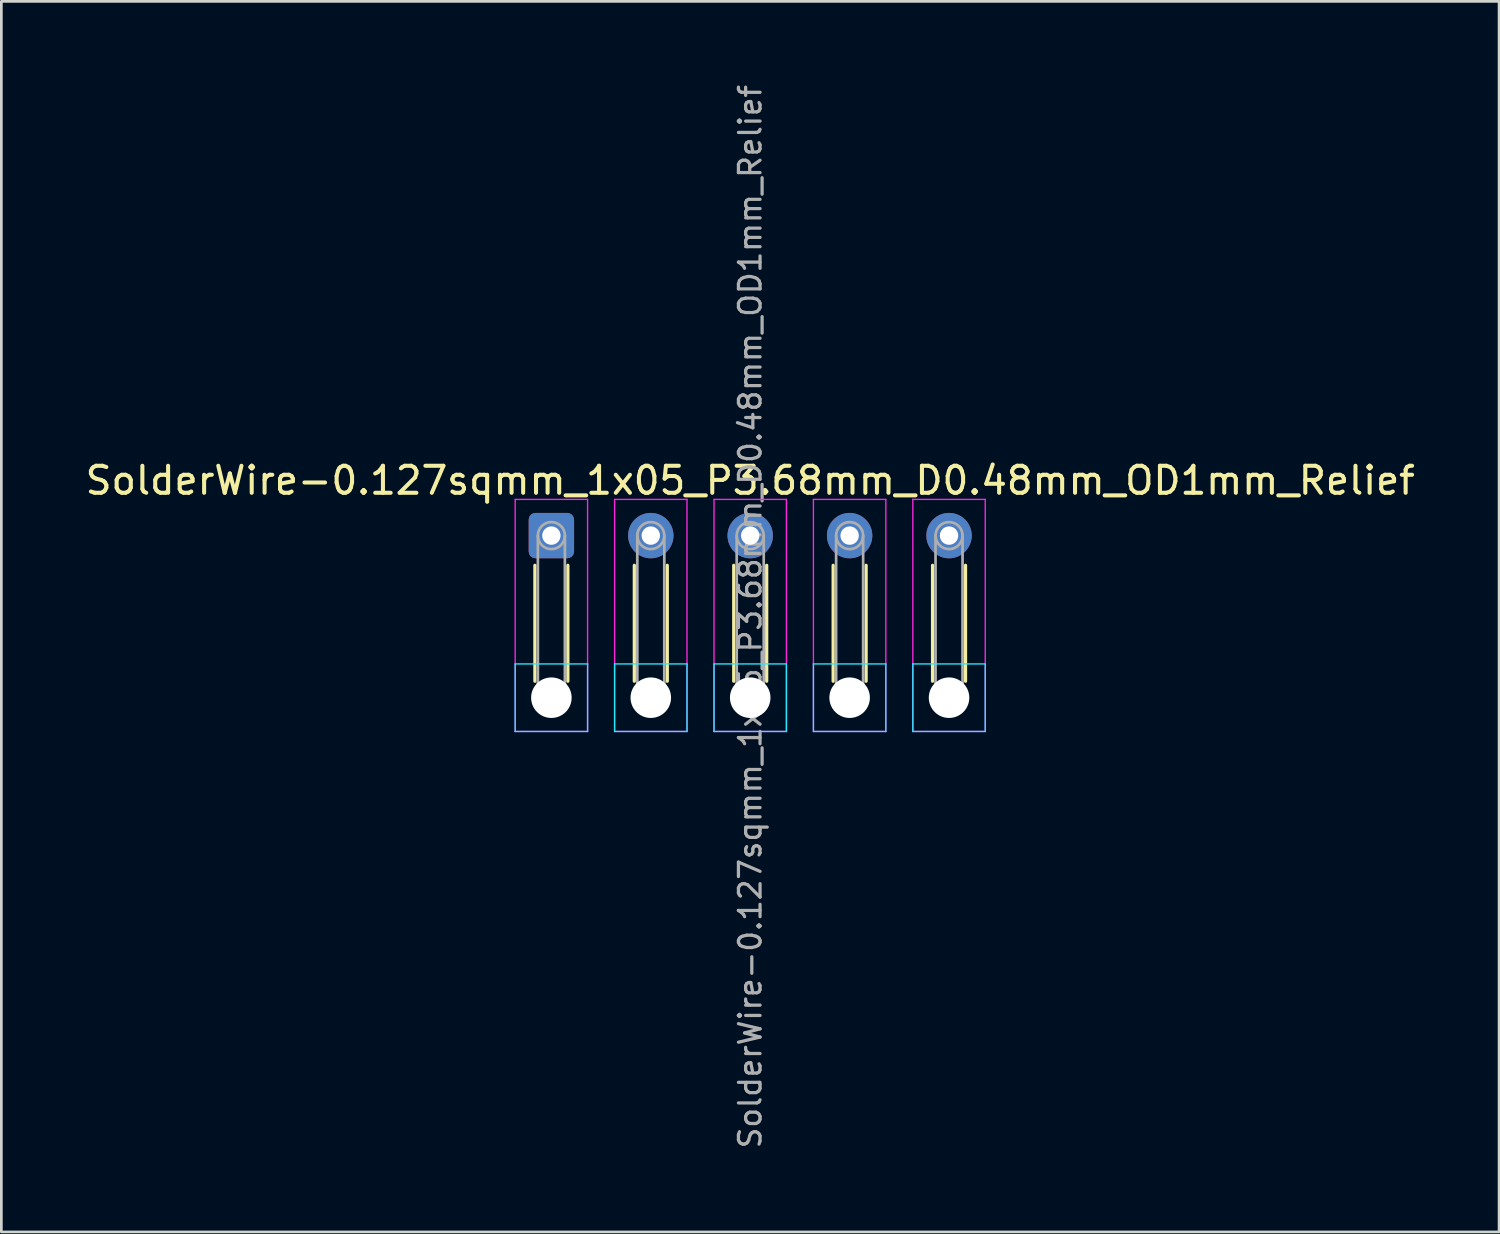
<source format=kicad_pcb>
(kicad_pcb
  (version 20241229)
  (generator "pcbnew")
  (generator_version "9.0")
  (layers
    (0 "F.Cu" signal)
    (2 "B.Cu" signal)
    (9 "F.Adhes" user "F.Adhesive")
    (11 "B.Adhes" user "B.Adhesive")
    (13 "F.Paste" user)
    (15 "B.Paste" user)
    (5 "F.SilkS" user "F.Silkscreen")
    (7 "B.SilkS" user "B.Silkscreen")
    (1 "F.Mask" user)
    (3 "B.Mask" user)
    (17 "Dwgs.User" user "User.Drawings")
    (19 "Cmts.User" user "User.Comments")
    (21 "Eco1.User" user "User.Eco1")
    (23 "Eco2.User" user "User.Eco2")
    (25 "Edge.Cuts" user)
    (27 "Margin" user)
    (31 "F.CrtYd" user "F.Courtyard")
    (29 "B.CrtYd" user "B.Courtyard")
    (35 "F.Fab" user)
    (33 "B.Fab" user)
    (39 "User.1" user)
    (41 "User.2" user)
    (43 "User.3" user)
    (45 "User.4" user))
  (footprint "SolderWire-0.127sqmm_1x05_P3.68mm_D0.48mm_OD1mm_Relief"
    (layer "F.Cu")
    (at 17.36 16.776)
    (property "Reference" "SolderWire-0.127sqmm_1x05_P3.68mm_D0.48mm_OD1mm_Relief" (at 7.36 -2.04 0) (layer "F.SilkS") (effects (font (size 1 1) (thickness 0.15))))
    (attr exclude_from_pos_files exclude_from_bom)
    (fp_line (start -0.61 1.1) (end -0.61 5.39) (stroke (width 0.12) (type solid)) (layer "F.SilkS"))
    (fp_line (start 0.61 1.1) (end 0.61 5.39) (stroke (width 0.12) (type solid)) (layer "F.SilkS"))
    (fp_line (start 3.07 1.1) (end 3.07 5.39) (stroke (width 0.12) (type solid)) (layer "F.SilkS"))
    (fp_line (start 4.29 1.1) (end 4.29 5.39) (stroke (width 0.12) (type solid)) (layer "F.SilkS"))
    (fp_line (start 6.75 1.1) (end 6.75 5.39) (stroke (width 0.12) (type solid)) (layer "F.SilkS"))
    (fp_line (start 7.97 1.1) (end 7.97 5.39) (stroke (width 0.12) (type solid)) (layer "F.SilkS"))
    (fp_line (start 10.43 1.1) (end 10.43 5.39) (stroke (width 0.12) (type solid)) (layer "F.SilkS"))
    (fp_line (start 11.65 1.1) (end 11.65 5.39) (stroke (width 0.12) (type solid)) (layer "F.SilkS"))
    (fp_line (start 14.11 1.1) (end 14.11 5.39) (stroke (width 0.12) (type solid)) (layer "F.SilkS"))
    (fp_line (start 15.33 1.1) (end 15.33 5.39) (stroke (width 0.12) (type solid)) (layer "F.SilkS"))
    (fp_line (start -1.34 4.75) (end -1.34 7.25) (stroke (width 0.05) (type solid)) (layer "B.CrtYd"))
    (fp_line (start -1.34 7.25) (end 1.34 7.25) (stroke (width 0.05) (type solid)) (layer "B.CrtYd"))
    (fp_line (start 1.34 4.75) (end -1.34 4.75) (stroke (width 0.05) (type solid)) (layer "B.CrtYd"))
    (fp_line (start 1.34 7.25) (end 1.34 4.75) (stroke (width 0.05) (type solid)) (layer "B.CrtYd"))
    (fp_line (start 2.34 4.75) (end 2.34 7.25) (stroke (width 0.05) (type solid)) (layer "B.CrtYd"))
    (fp_line (start 2.34 7.25) (end 5.02 7.25) (stroke (width 0.05) (type solid)) (layer "B.CrtYd"))
    (fp_line (start 5.02 4.75) (end 2.34 4.75) (stroke (width 0.05) (type solid)) (layer "B.CrtYd"))
    (fp_line (start 5.02 7.25) (end 5.02 4.75) (stroke (width 0.05) (type solid)) (layer "B.CrtYd"))
    (fp_line (start 6.02 4.75) (end 6.02 7.25) (stroke (width 0.05) (type solid)) (layer "B.CrtYd"))
    (fp_line (start 6.02 7.25) (end 8.7 7.25) (stroke (width 0.05) (type solid)) (layer "B.CrtYd"))
    (fp_line (start 8.7 4.75) (end 6.02 4.75) (stroke (width 0.05) (type solid)) (layer "B.CrtYd"))
    (fp_line (start 8.7 7.25) (end 8.7 4.75) (stroke (width 0.05) (type solid)) (layer "B.CrtYd"))
    (fp_line (start 9.7 4.75) (end 9.7 7.25) (stroke (width 0.05) (type solid)) (layer "B.CrtYd"))
    (fp_line (start 9.7 7.25) (end 12.38 7.25) (stroke (width 0.05) (type solid)) (layer "B.CrtYd"))
    (fp_line (start 12.38 4.75) (end 9.7 4.75) (stroke (width 0.05) (type solid)) (layer "B.CrtYd"))
    (fp_line (start 12.38 7.25) (end 12.38 4.75) (stroke (width 0.05) (type solid)) (layer "B.CrtYd"))
    (fp_line (start 13.38 4.75) (end 13.38 7.25) (stroke (width 0.05) (type solid)) (layer "B.CrtYd"))
    (fp_line (start 13.38 7.25) (end 16.06 7.25) (stroke (width 0.05) (type solid)) (layer "B.CrtYd"))
    (fp_line (start 16.06 4.75) (end 13.38 4.75) (stroke (width 0.05) (type solid)) (layer "B.CrtYd"))
    (fp_line (start 16.06 7.25) (end 16.06 4.75) (stroke (width 0.05) (type solid)) (layer "B.CrtYd"))
    (fp_line (start -1.34 -1.34) (end -1.34 7.25) (stroke (width 0.05) (type solid)) (layer "F.CrtYd"))
    (fp_line (start -1.34 7.25) (end 1.34 7.25) (stroke (width 0.05) (type solid)) (layer "F.CrtYd"))
    (fp_line (start 1.34 -1.34) (end -1.34 -1.34) (stroke (width 0.05) (type solid)) (layer "F.CrtYd"))
    (fp_line (start 1.34 7.25) (end 1.34 -1.34) (stroke (width 0.05) (type solid)) (layer "F.CrtYd"))
    (fp_line (start 2.34 -1.34) (end 2.34 7.25) (stroke (width 0.05) (type solid)) (layer "F.CrtYd"))
    (fp_line (start 2.34 7.25) (end 5.02 7.25) (stroke (width 0.05) (type solid)) (layer "F.CrtYd"))
    (fp_line (start 5.02 -1.34) (end 2.34 -1.34) (stroke (width 0.05) (type solid)) (layer "F.CrtYd"))
    (fp_line (start 5.02 7.25) (end 5.02 -1.34) (stroke (width 0.05) (type solid)) (layer "F.CrtYd"))
    (fp_line (start 6.02 -1.34) (end 6.02 7.25) (stroke (width 0.05) (type solid)) (layer "F.CrtYd"))
    (fp_line (start 6.02 7.25) (end 8.7 7.25) (stroke (width 0.05) (type solid)) (layer "F.CrtYd"))
    (fp_line (start 8.7 -1.34) (end 6.02 -1.34) (stroke (width 0.05) (type solid)) (layer "F.CrtYd"))
    (fp_line (start 8.7 7.25) (end 8.7 -1.34) (stroke (width 0.05) (type solid)) (layer "F.CrtYd"))
    (fp_line (start 9.7 -1.34) (end 9.7 7.25) (stroke (width 0.05) (type solid)) (layer "F.CrtYd"))
    (fp_line (start 9.7 7.25) (end 12.38 7.25) (stroke (width 0.05) (type solid)) (layer "F.CrtYd"))
    (fp_line (start 12.38 -1.34) (end 9.7 -1.34) (stroke (width 0.05) (type solid)) (layer "F.CrtYd"))
    (fp_line (start 12.38 7.25) (end 12.38 -1.34) (stroke (width 0.05) (type solid)) (layer "F.CrtYd"))
    (fp_line (start 13.38 -1.34) (end 13.38 7.25) (stroke (width 0.05) (type solid)) (layer "F.CrtYd"))
    (fp_line (start 13.38 7.25) (end 16.06 7.25) (stroke (width 0.05) (type solid)) (layer "F.CrtYd"))
    (fp_line (start 16.06 -1.34) (end 13.38 -1.34) (stroke (width 0.05) (type solid)) (layer "F.CrtYd"))
    (fp_line (start 16.06 7.25) (end 16.06 -1.34) (stroke (width 0.05) (type solid)) (layer "F.CrtYd"))
    (fp_line (start -0.5 0) (end -0.5 6) (stroke (width 0.1) (type solid)) (layer "F.Fab"))
    (fp_line (start 0.5 0) (end 0.5 6) (stroke (width 0.1) (type solid)) (layer "F.Fab"))
    (fp_line (start 3.18 0) (end 3.18 6) (stroke (width 0.1) (type solid)) (layer "F.Fab"))
    (fp_line (start 4.18 0) (end 4.18 6) (stroke (width 0.1) (type solid)) (layer "F.Fab"))
    (fp_line (start 6.86 0) (end 6.86 6) (stroke (width 0.1) (type solid)) (layer "F.Fab"))
    (fp_line (start 7.86 0) (end 7.86 6) (stroke (width 0.1) (type solid)) (layer "F.Fab"))
    (fp_line (start 10.54 0) (end 10.54 6) (stroke (width 0.1) (type solid)) (layer "F.Fab"))
    (fp_line (start 11.54 0) (end 11.54 6) (stroke (width 0.1) (type solid)) (layer "F.Fab"))
    (fp_line (start 14.22 0) (end 14.22 6) (stroke (width 0.1) (type solid)) (layer "F.Fab"))
    (fp_line (start 15.22 0) (end 15.22 6) (stroke (width 0.1) (type solid)) (layer "F.Fab"))
    (fp_circle (center 0 0) (end 0.5 0) (stroke (width 0.1) (type solid)) (fill no) (layer "F.Fab"))
    (fp_circle (center 0 6) (end 0.5 6) (stroke (width 0.1) (type solid)) (fill no) (layer "F.Fab"))
    (fp_circle (center 3.68 0) (end 4.18 0) (stroke (width 0.1) (type solid)) (fill no) (layer "F.Fab"))
    (fp_circle (center 3.68 6) (end 4.18 6) (stroke (width 0.1) (type solid)) (fill no) (layer "F.Fab"))
    (fp_circle (center 7.36 0) (end 7.86 0) (stroke (width 0.1) (type solid)) (fill no) (layer "F.Fab"))
    (fp_circle (center 7.36 6) (end 7.86 6) (stroke (width 0.1) (type solid)) (fill no) (layer "F.Fab"))
    (fp_circle (center 11.04 0) (end 11.54 0) (stroke (width 0.1) (type solid)) (fill no) (layer "F.Fab"))
    (fp_circle (center 11.04 6) (end 11.54 6) (stroke (width 0.1) (type solid)) (fill no) (layer "F.Fab"))
    (fp_circle (center 14.72 0) (end 15.22 0) (stroke (width 0.1) (type solid)) (fill no) (layer "F.Fab"))
    (fp_circle (center 14.72 6) (end 15.22 6) (stroke (width 0.1) (type solid)) (fill no) (layer "F.Fab"))
    (fp_text user "${REFERENCE}" (at 7.36 3 90) (layer "F.Fab") (effects (font (size 0.8 0.8) (thickness 0.12))))
    (pad "" np_thru_hole circle (at 0 6) (size 1.5 1.5) (drill 1.5) (layers "*.Cu" "*.Mask"))
    (pad "" np_thru_hole circle (at 3.68 6) (size 1.5 1.5) (drill 1.5) (layers "*.Cu" "*.Mask"))
    (pad "" np_thru_hole circle (at 7.36 6) (size 1.5 1.5) (drill 1.5) (layers "*.Cu" "*.Mask"))
    (pad "" np_thru_hole circle (at 11.04 6) (size 1.5 1.5) (drill 1.5) (layers "*.Cu" "*.Mask"))
    (pad "" np_thru_hole circle (at 14.72 6) (size 1.5 1.5) (drill 1.5) (layers "*.Cu" "*.Mask"))
    (pad "1" thru_hole roundrect (at 0 0) (size 1.68 1.68) (drill 0.68) (layers "*.Cu" "*.Mask") (roundrect_rratio 0.149))
    (pad "2" thru_hole circle (at 3.68 0) (size 1.68 1.68) (drill 0.68) (layers "*.Cu" "*.Mask"))
    (pad "3" thru_hole circle (at 7.36 0) (size 1.68 1.68) (drill 0.68) (layers "*.Cu" "*.Mask"))
    (pad "4" thru_hole circle (at 11.04 0) (size 1.68 1.68) (drill 0.68) (layers "*.Cu" "*.Mask"))
    (pad "5" thru_hole circle (at 14.72 0) (size 1.68 1.68) (drill 0.68) (layers "*.Cu" "*.Mask")))
  (gr_rect
    (start -3 -3)
    (end 52.44 42.552)
    (stroke (width 0.1) (type default))
    (fill no)
    (layer "Edge.Cuts")))
</source>
